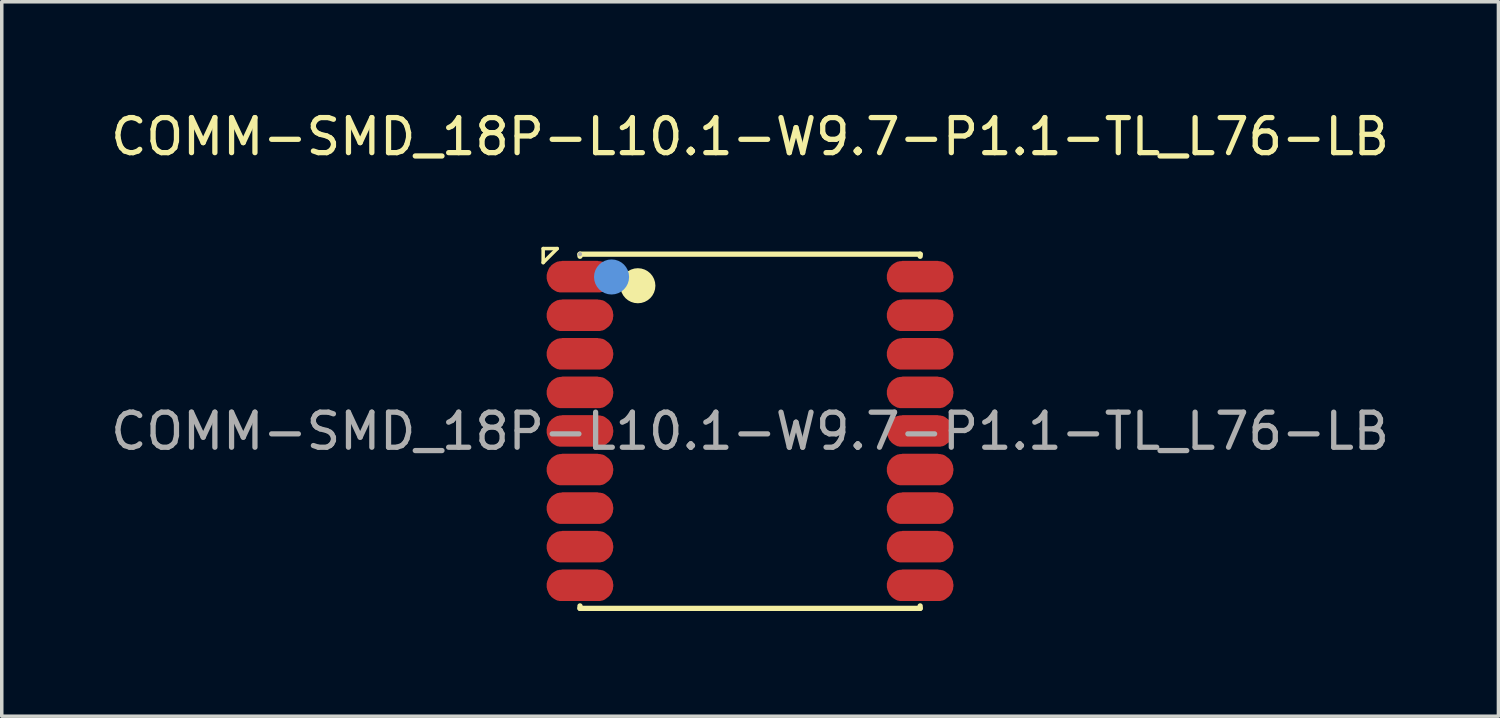
<source format=kicad_pcb>
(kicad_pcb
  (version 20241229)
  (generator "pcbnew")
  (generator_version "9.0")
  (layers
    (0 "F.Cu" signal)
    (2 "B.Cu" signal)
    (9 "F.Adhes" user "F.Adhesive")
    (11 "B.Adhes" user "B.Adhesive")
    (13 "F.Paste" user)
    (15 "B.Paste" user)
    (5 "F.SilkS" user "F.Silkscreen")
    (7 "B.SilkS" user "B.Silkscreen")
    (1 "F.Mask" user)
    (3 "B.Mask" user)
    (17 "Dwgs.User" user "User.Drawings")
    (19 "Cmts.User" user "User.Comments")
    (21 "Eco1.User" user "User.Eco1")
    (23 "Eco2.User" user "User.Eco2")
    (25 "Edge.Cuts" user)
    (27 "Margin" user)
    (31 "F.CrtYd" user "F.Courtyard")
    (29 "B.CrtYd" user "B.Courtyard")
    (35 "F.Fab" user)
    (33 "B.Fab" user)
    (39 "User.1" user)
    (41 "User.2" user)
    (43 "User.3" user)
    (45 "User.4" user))
  (footprint "COMM-SMD_18P-L10.1-W9.7-P1.1-TL_L76-LB"
    (layer "F.Cu")
    (at 18.339 9.248)
    (property "Reference" "COMM-SMD_18P-L10.1-W9.7-P1.1-TL_L76-LB" (at 0 -8.4 0) (layer "F.SilkS") (effects (font (size 1 1) (thickness 0.15))))
    (attr through_hole)
    (fp_line (start -5.9 -5.21) (end -5.9 -4.81) (stroke (width 0.1) (type solid)) (layer "F.SilkS"))
    (fp_line (start -5.9 -4.81) (end -5.5 -5.21) (stroke (width 0.1) (type solid)) (layer "F.SilkS"))
    (fp_line (start -5.5 -5.21) (end -5.9 -5.21) (stroke (width 0.1) (type solid)) (layer "F.SilkS"))
    (fp_line (start -4.85 -5.05) (end 4.85 -5.05) (stroke (width 0.15) (type solid)) (layer "F.SilkS"))
    (fp_line (start -4.85 -4.99) (end -4.85 -5.05) (stroke (width 0.15) (type solid)) (layer "F.SilkS"))
    (fp_line (start -4.85 5.05) (end -4.85 4.98) (stroke (width 0.15) (type solid)) (layer "F.SilkS"))
    (fp_line (start 4.85 -5.05) (end 4.85 -4.99) (stroke (width 0.15) (type solid)) (layer "F.SilkS"))
    (fp_line (start 4.85 4.98) (end 4.85 5.05) (stroke (width 0.15) (type solid)) (layer "F.SilkS"))
    (fp_line (start 4.85 5.05) (end -4.85 5.05) (stroke (width 0.15) (type solid)) (layer "F.SilkS"))
    (fp_circle (center -3.2 -4.15) (end -2.95 -4.15) (stroke (width 0.5) (type solid)) (fill no) (layer "F.SilkS"))
    (fp_circle (center -3.95 -4.4) (end -3.7 -4.4) (stroke (width 0.5) (type solid)) (fill no) (layer "Cmts.User"))
    (fp_circle (center -4.85 -5.05) (end -4.82 -5.05) (stroke (width 0.06) (type solid)) (fill no) (layer "F.Fab"))
    (fp_text user "${REFERENCE}" (at 0 0 0) (layer "F.Fab") (effects (font (size 1 1) (thickness 0.15))))
    (pad "1" smd custom (at -4.85 -4.4) (size 0.01 0.01) (layers "F.Cu" "F.Mask" "F.Paste") (options (anchor circle)) (primitives (gr_poly (pts (xy -0.5 -0.41) (xy -0.53 -0.4) (xy -0.55 -0.4) (xy -0.58 -0.4) (xy -0.6 -0.39) (xy -0.63 -0.39) (xy -0.65 -0.38) (xy -0.67 -0.37) (xy -0.69 -0.36) (xy -0.72 -0.34) (xy -0.74 -0.33) (xy -0.76 -0.31) (xy -0.78 -0.3) (xy -0.79 -0.28) (xy -0.81 -0.26) (xy -0.83 -0.24) (xy -0.84 -0.22) (xy -0.85 -0.2) (xy -0.86 -0.18) (xy -0.87 -0.15) (xy -0.88 -0.13) (xy -0.89 -0.1) (xy -0.89 -0.08) (xy -0.9 -0.06) (xy -0.9 -0.03) (xy -0.9 -0.01) (xy -0.9 0.02) (xy -0.9 0.05) (xy -0.89 0.07) (xy -0.89 0.09) (xy -0.88 0.12) (xy -0.87 0.14) (xy -0.86 0.17) (xy -0.85 0.19) (xy -0.84 0.21) (xy -0.83 0.23) (xy -0.81 0.25) (xy -0.79 0.27) (xy -0.78 0.29) (xy -0.76 0.3) (xy -0.74 0.32) (xy -0.72 0.33) (xy -0.69 0.35) (xy -0.67 0.36) (xy -0.65 0.37) (xy -0.63 0.38) (xy -0.6 0.38) (xy -0.58 0.39) (xy -0.55 0.39) (xy -0.53 0.39) (xy -0.5 0.39) (xy 0.5 0.39) (xy 0.52 0.39) (xy 0.55 0.39) (xy 0.57 0.39) (xy 0.6 0.38) (xy 0.62 0.38) (xy 0.65 0.37) (xy 0.67 0.36) (xy 0.69 0.35) (xy 0.71 0.33) (xy 0.73 0.32) (xy 0.75 0.3) (xy 0.77 0.29) (xy 0.79 0.27) (xy 0.81 0.25) (xy 0.82 0.23) (xy 0.84 0.21) (xy 0.85 0.19) (xy 0.86 0.17) (xy 0.87 0.14) (xy 0.88 0.12) (xy 0.89 0.09) (xy 0.89 0.07) (xy 0.89 0.05) (xy 0.9 0.02) (xy 0.9 -0.01) (xy 0.9 -0.03) (xy 0.89 -0.06) (xy 0.89 -0.08) (xy 0.89 -0.1) (xy 0.88 -0.13) (xy 0.87 -0.15) (xy 0.86 -0.18) (xy 0.85 -0.2) (xy 0.84 -0.22) (xy 0.82 -0.24) (xy 0.81 -0.26) (xy 0.79 -0.28) (xy 0.77 -0.3) (xy 0.75 -0.31) (xy 0.73 -0.33) (xy 0.71 -0.34) (xy 0.69 -0.36) (xy 0.67 -0.37) (xy 0.65 -0.38) (xy 0.62 -0.39) (xy 0.6 -0.39) (xy 0.57 -0.4) (xy 0.55 -0.4) (xy 0.52 -0.4) (xy 0.5 -0.41)) (width 0.1) (fill yes))))
    (pad "2" smd custom (at -4.85 -3.3) (size 0.01 0.01) (layers "F.Cu" "F.Mask" "F.Paste") (options (anchor circle)) (primitives (gr_poly (pts (xy -0.5 -0.41) (xy -0.53 -0.4) (xy -0.55 -0.4) (xy -0.58 -0.4) (xy -0.6 -0.39) (xy -0.63 -0.39) (xy -0.65 -0.38) (xy -0.67 -0.37) (xy -0.69 -0.36) (xy -0.72 -0.34) (xy -0.74 -0.33) (xy -0.76 -0.31) (xy -0.78 -0.3) (xy -0.79 -0.28) (xy -0.81 -0.26) (xy -0.83 -0.24) (xy -0.84 -0.22) (xy -0.85 -0.2) (xy -0.86 -0.18) (xy -0.87 -0.15) (xy -0.88 -0.13) (xy -0.89 -0.1) (xy -0.89 -0.08) (xy -0.9 -0.06) (xy -0.9 -0.03) (xy -0.9 -0.01) (xy -0.9 0.02) (xy -0.9 0.05) (xy -0.89 0.07) (xy -0.89 0.09) (xy -0.88 0.12) (xy -0.87 0.14) (xy -0.86 0.17) (xy -0.85 0.19) (xy -0.84 0.21) (xy -0.83 0.23) (xy -0.81 0.25) (xy -0.79 0.27) (xy -0.78 0.29) (xy -0.76 0.3) (xy -0.74 0.32) (xy -0.72 0.33) (xy -0.69 0.35) (xy -0.67 0.36) (xy -0.65 0.37) (xy -0.63 0.38) (xy -0.6 0.38) (xy -0.58 0.39) (xy -0.55 0.39) (xy -0.53 0.39) (xy -0.5 0.39) (xy 0.5 0.39) (xy 0.52 0.39) (xy 0.55 0.39) (xy 0.57 0.39) (xy 0.6 0.38) (xy 0.62 0.38) (xy 0.65 0.37) (xy 0.67 0.36) (xy 0.69 0.35) (xy 0.71 0.33) (xy 0.73 0.32) (xy 0.75 0.3) (xy 0.77 0.29) (xy 0.79 0.27) (xy 0.81 0.25) (xy 0.82 0.23) (xy 0.84 0.21) (xy 0.85 0.19) (xy 0.86 0.17) (xy 0.87 0.14) (xy 0.88 0.12) (xy 0.89 0.09) (xy 0.89 0.07) (xy 0.89 0.05) (xy 0.9 0.02) (xy 0.9 -0.01) (xy 0.9 -0.03) (xy 0.89 -0.06) (xy 0.89 -0.08) (xy 0.89 -0.1) (xy 0.88 -0.13) (xy 0.87 -0.15) (xy 0.86 -0.18) (xy 0.85 -0.2) (xy 0.84 -0.22) (xy 0.82 -0.24) (xy 0.81 -0.26) (xy 0.79 -0.28) (xy 0.77 -0.3) (xy 0.75 -0.31) (xy 0.73 -0.33) (xy 0.71 -0.34) (xy 0.69 -0.36) (xy 0.67 -0.37) (xy 0.65 -0.38) (xy 0.62 -0.39) (xy 0.6 -0.39) (xy 0.57 -0.4) (xy 0.55 -0.4) (xy 0.52 -0.4) (xy 0.5 -0.41)) (width 0.1) (fill yes))))
    (pad "3" smd custom (at -4.85 -2.2) (size 0.01 0.01) (layers "F.Cu" "F.Mask" "F.Paste") (options (anchor circle)) (primitives (gr_poly (pts (xy -0.5 -0.41) (xy -0.53 -0.4) (xy -0.55 -0.4) (xy -0.58 -0.4) (xy -0.6 -0.39) (xy -0.63 -0.39) (xy -0.65 -0.38) (xy -0.67 -0.37) (xy -0.69 -0.36) (xy -0.72 -0.34) (xy -0.74 -0.33) (xy -0.76 -0.31) (xy -0.78 -0.3) (xy -0.79 -0.28) (xy -0.81 -0.26) (xy -0.83 -0.24) (xy -0.84 -0.22) (xy -0.85 -0.2) (xy -0.86 -0.18) (xy -0.87 -0.15) (xy -0.88 -0.13) (xy -0.89 -0.1) (xy -0.89 -0.08) (xy -0.9 -0.06) (xy -0.9 -0.03) (xy -0.9 -0.01) (xy -0.9 0.02) (xy -0.9 0.05) (xy -0.89 0.07) (xy -0.89 0.09) (xy -0.88 0.12) (xy -0.87 0.14) (xy -0.86 0.17) (xy -0.85 0.19) (xy -0.84 0.21) (xy -0.83 0.23) (xy -0.81 0.25) (xy -0.79 0.27) (xy -0.78 0.29) (xy -0.76 0.3) (xy -0.74 0.32) (xy -0.72 0.33) (xy -0.69 0.35) (xy -0.67 0.36) (xy -0.65 0.37) (xy -0.63 0.38) (xy -0.6 0.38) (xy -0.58 0.39) (xy -0.55 0.39) (xy -0.53 0.39) (xy -0.5 0.39) (xy 0.5 0.39) (xy 0.52 0.39) (xy 0.55 0.39) (xy 0.57 0.39) (xy 0.6 0.38) (xy 0.62 0.38) (xy 0.65 0.37) (xy 0.67 0.36) (xy 0.69 0.35) (xy 0.71 0.33) (xy 0.73 0.32) (xy 0.75 0.3) (xy 0.77 0.29) (xy 0.79 0.27) (xy 0.81 0.25) (xy 0.82 0.23) (xy 0.84 0.21) (xy 0.85 0.19) (xy 0.86 0.17) (xy 0.87 0.14) (xy 0.88 0.12) (xy 0.89 0.09) (xy 0.89 0.07) (xy 0.89 0.05) (xy 0.9 0.02) (xy 0.9 -0.01) (xy 0.9 -0.03) (xy 0.89 -0.06) (xy 0.89 -0.08) (xy 0.89 -0.1) (xy 0.88 -0.13) (xy 0.87 -0.15) (xy 0.86 -0.18) (xy 0.85 -0.2) (xy 0.84 -0.22) (xy 0.82 -0.24) (xy 0.81 -0.26) (xy 0.79 -0.28) (xy 0.77 -0.3) (xy 0.75 -0.31) (xy 0.73 -0.33) (xy 0.71 -0.34) (xy 0.69 -0.36) (xy 0.67 -0.37) (xy 0.65 -0.38) (xy 0.62 -0.39) (xy 0.6 -0.39) (xy 0.57 -0.4) (xy 0.55 -0.4) (xy 0.52 -0.4) (xy 0.5 -0.41)) (width 0.1) (fill yes))))
    (pad "4" smd custom (at -4.85 -1.1) (size 0.01 0.01) (layers "F.Cu" "F.Mask" "F.Paste") (options (anchor circle)) (primitives (gr_poly (pts (xy -0.5 -0.41) (xy -0.53 -0.4) (xy -0.55 -0.4) (xy -0.58 -0.4) (xy -0.6 -0.39) (xy -0.63 -0.39) (xy -0.65 -0.38) (xy -0.67 -0.37) (xy -0.69 -0.36) (xy -0.72 -0.34) (xy -0.74 -0.33) (xy -0.76 -0.31) (xy -0.78 -0.3) (xy -0.79 -0.28) (xy -0.81 -0.26) (xy -0.83 -0.24) (xy -0.84 -0.22) (xy -0.85 -0.2) (xy -0.86 -0.18) (xy -0.87 -0.15) (xy -0.88 -0.13) (xy -0.89 -0.1) (xy -0.89 -0.08) (xy -0.9 -0.06) (xy -0.9 -0.03) (xy -0.9 -0.01) (xy -0.9 0.02) (xy -0.9 0.05) (xy -0.89 0.07) (xy -0.89 0.09) (xy -0.88 0.12) (xy -0.87 0.14) (xy -0.86 0.17) (xy -0.85 0.19) (xy -0.84 0.21) (xy -0.83 0.23) (xy -0.81 0.25) (xy -0.79 0.27) (xy -0.78 0.29) (xy -0.76 0.3) (xy -0.74 0.32) (xy -0.72 0.33) (xy -0.69 0.35) (xy -0.67 0.36) (xy -0.65 0.37) (xy -0.63 0.38) (xy -0.6 0.38) (xy -0.58 0.39) (xy -0.55 0.39) (xy -0.53 0.39) (xy -0.5 0.39) (xy 0.5 0.39) (xy 0.52 0.39) (xy 0.55 0.39) (xy 0.57 0.39) (xy 0.6 0.38) (xy 0.62 0.38) (xy 0.65 0.37) (xy 0.67 0.36) (xy 0.69 0.35) (xy 0.71 0.33) (xy 0.73 0.32) (xy 0.75 0.3) (xy 0.77 0.29) (xy 0.79 0.27) (xy 0.81 0.25) (xy 0.82 0.23) (xy 0.84 0.21) (xy 0.85 0.19) (xy 0.86 0.17) (xy 0.87 0.14) (xy 0.88 0.12) (xy 0.89 0.09) (xy 0.89 0.07) (xy 0.89 0.05) (xy 0.9 0.02) (xy 0.9 -0.01) (xy 0.9 -0.03) (xy 0.89 -0.06) (xy 0.89 -0.08) (xy 0.89 -0.1) (xy 0.88 -0.13) (xy 0.87 -0.15) (xy 0.86 -0.18) (xy 0.85 -0.2) (xy 0.84 -0.22) (xy 0.82 -0.24) (xy 0.81 -0.26) (xy 0.79 -0.28) (xy 0.77 -0.3) (xy 0.75 -0.31) (xy 0.73 -0.33) (xy 0.71 -0.34) (xy 0.69 -0.36) (xy 0.67 -0.37) (xy 0.65 -0.38) (xy 0.62 -0.39) (xy 0.6 -0.39) (xy 0.57 -0.4) (xy 0.55 -0.4) (xy 0.52 -0.4) (xy 0.5 -0.41)) (width 0.1) (fill yes))))
    (pad "5" smd custom (at -4.85 0) (size 0.01 0.01) (layers "F.Cu" "F.Mask" "F.Paste") (options (anchor circle)) (primitives (gr_poly (pts (xy -0.5 -0.41) (xy -0.53 -0.4) (xy -0.55 -0.4) (xy -0.58 -0.4) (xy -0.6 -0.39) (xy -0.63 -0.39) (xy -0.65 -0.38) (xy -0.67 -0.37) (xy -0.69 -0.36) (xy -0.72 -0.34) (xy -0.74 -0.33) (xy -0.76 -0.31) (xy -0.78 -0.3) (xy -0.79 -0.28) (xy -0.81 -0.26) (xy -0.83 -0.24) (xy -0.84 -0.22) (xy -0.85 -0.2) (xy -0.86 -0.18) (xy -0.87 -0.15) (xy -0.88 -0.13) (xy -0.89 -0.1) (xy -0.89 -0.08) (xy -0.9 -0.06) (xy -0.9 -0.03) (xy -0.9 -0.01) (xy -0.9 0.02) (xy -0.9 0.05) (xy -0.89 0.07) (xy -0.89 0.09) (xy -0.88 0.12) (xy -0.87 0.14) (xy -0.86 0.17) (xy -0.85 0.19) (xy -0.84 0.21) (xy -0.83 0.23) (xy -0.81 0.25) (xy -0.79 0.27) (xy -0.78 0.29) (xy -0.76 0.3) (xy -0.74 0.32) (xy -0.72 0.33) (xy -0.69 0.35) (xy -0.67 0.36) (xy -0.65 0.37) (xy -0.63 0.38) (xy -0.6 0.38) (xy -0.58 0.39) (xy -0.55 0.39) (xy -0.53 0.39) (xy -0.5 0.39) (xy 0.5 0.39) (xy 0.52 0.39) (xy 0.55 0.39) (xy 0.57 0.39) (xy 0.6 0.38) (xy 0.62 0.38) (xy 0.65 0.37) (xy 0.67 0.36) (xy 0.69 0.35) (xy 0.71 0.33) (xy 0.73 0.32) (xy 0.75 0.3) (xy 0.77 0.29) (xy 0.79 0.27) (xy 0.81 0.25) (xy 0.82 0.23) (xy 0.84 0.21) (xy 0.85 0.19) (xy 0.86 0.17) (xy 0.87 0.14) (xy 0.88 0.12) (xy 0.89 0.09) (xy 0.89 0.07) (xy 0.89 0.05) (xy 0.9 0.02) (xy 0.9 -0.01) (xy 0.9 -0.03) (xy 0.89 -0.06) (xy 0.89 -0.08) (xy 0.89 -0.1) (xy 0.88 -0.13) (xy 0.87 -0.15) (xy 0.86 -0.18) (xy 0.85 -0.2) (xy 0.84 -0.22) (xy 0.82 -0.24) (xy 0.81 -0.26) (xy 0.79 -0.28) (xy 0.77 -0.3) (xy 0.75 -0.31) (xy 0.73 -0.33) (xy 0.71 -0.34) (xy 0.69 -0.36) (xy 0.67 -0.37) (xy 0.65 -0.38) (xy 0.62 -0.39) (xy 0.6 -0.39) (xy 0.57 -0.4) (xy 0.55 -0.4) (xy 0.52 -0.4) (xy 0.5 -0.41)) (width 0.1) (fill yes))))
    (pad "6" smd custom (at -4.85 1.1) (size 0.01 0.01) (layers "F.Cu" "F.Mask" "F.Paste") (options (anchor circle)) (primitives (gr_poly (pts (xy -0.5 -0.41) (xy -0.53 -0.4) (xy -0.55 -0.4) (xy -0.58 -0.4) (xy -0.6 -0.39) (xy -0.63 -0.39) (xy -0.65 -0.38) (xy -0.67 -0.37) (xy -0.69 -0.36) (xy -0.72 -0.34) (xy -0.74 -0.33) (xy -0.76 -0.31) (xy -0.78 -0.3) (xy -0.79 -0.28) (xy -0.81 -0.26) (xy -0.83 -0.24) (xy -0.84 -0.22) (xy -0.85 -0.2) (xy -0.86 -0.18) (xy -0.87 -0.15) (xy -0.88 -0.13) (xy -0.89 -0.1) (xy -0.89 -0.08) (xy -0.9 -0.06) (xy -0.9 -0.03) (xy -0.9 -0.01) (xy -0.9 0.02) (xy -0.9 0.05) (xy -0.89 0.07) (xy -0.89 0.09) (xy -0.88 0.12) (xy -0.87 0.14) (xy -0.86 0.17) (xy -0.85 0.19) (xy -0.84 0.21) (xy -0.83 0.23) (xy -0.81 0.25) (xy -0.79 0.27) (xy -0.78 0.29) (xy -0.76 0.3) (xy -0.74 0.32) (xy -0.72 0.33) (xy -0.69 0.35) (xy -0.67 0.36) (xy -0.65 0.37) (xy -0.63 0.38) (xy -0.6 0.38) (xy -0.58 0.39) (xy -0.55 0.39) (xy -0.53 0.39) (xy -0.5 0.39) (xy 0.5 0.39) (xy 0.52 0.39) (xy 0.55 0.39) (xy 0.57 0.39) (xy 0.6 0.38) (xy 0.62 0.38) (xy 0.65 0.37) (xy 0.67 0.36) (xy 0.69 0.35) (xy 0.71 0.33) (xy 0.73 0.32) (xy 0.75 0.3) (xy 0.77 0.29) (xy 0.79 0.27) (xy 0.81 0.25) (xy 0.82 0.23) (xy 0.84 0.21) (xy 0.85 0.19) (xy 0.86 0.17) (xy 0.87 0.14) (xy 0.88 0.12) (xy 0.89 0.09) (xy 0.89 0.07) (xy 0.89 0.05) (xy 0.9 0.02) (xy 0.9 -0.01) (xy 0.9 -0.03) (xy 0.89 -0.06) (xy 0.89 -0.08) (xy 0.89 -0.1) (xy 0.88 -0.13) (xy 0.87 -0.15) (xy 0.86 -0.18) (xy 0.85 -0.2) (xy 0.84 -0.22) (xy 0.82 -0.24) (xy 0.81 -0.26) (xy 0.79 -0.28) (xy 0.77 -0.3) (xy 0.75 -0.31) (xy 0.73 -0.33) (xy 0.71 -0.34) (xy 0.69 -0.36) (xy 0.67 -0.37) (xy 0.65 -0.38) (xy 0.62 -0.39) (xy 0.6 -0.39) (xy 0.57 -0.4) (xy 0.55 -0.4) (xy 0.52 -0.4) (xy 0.5 -0.41)) (width 0.1) (fill yes))))
    (pad "7" smd custom (at -4.85 2.2) (size 0.01 0.01) (layers "F.Cu" "F.Mask" "F.Paste") (options (anchor circle)) (primitives (gr_poly (pts (xy -0.5 -0.41) (xy -0.53 -0.4) (xy -0.55 -0.4) (xy -0.58 -0.4) (xy -0.6 -0.39) (xy -0.63 -0.39) (xy -0.65 -0.38) (xy -0.67 -0.37) (xy -0.69 -0.36) (xy -0.72 -0.34) (xy -0.74 -0.33) (xy -0.76 -0.31) (xy -0.78 -0.3) (xy -0.79 -0.28) (xy -0.81 -0.26) (xy -0.83 -0.24) (xy -0.84 -0.22) (xy -0.85 -0.2) (xy -0.86 -0.18) (xy -0.87 -0.15) (xy -0.88 -0.13) (xy -0.89 -0.1) (xy -0.89 -0.08) (xy -0.9 -0.06) (xy -0.9 -0.03) (xy -0.9 -0.01) (xy -0.9 0.02) (xy -0.9 0.05) (xy -0.89 0.07) (xy -0.89 0.09) (xy -0.88 0.12) (xy -0.87 0.14) (xy -0.86 0.17) (xy -0.85 0.19) (xy -0.84 0.21) (xy -0.83 0.23) (xy -0.81 0.25) (xy -0.79 0.27) (xy -0.78 0.29) (xy -0.76 0.3) (xy -0.74 0.32) (xy -0.72 0.33) (xy -0.69 0.35) (xy -0.67 0.36) (xy -0.65 0.37) (xy -0.63 0.38) (xy -0.6 0.38) (xy -0.58 0.39) (xy -0.55 0.39) (xy -0.53 0.39) (xy -0.5 0.39) (xy 0.5 0.39) (xy 0.52 0.39) (xy 0.55 0.39) (xy 0.57 0.39) (xy 0.6 0.38) (xy 0.62 0.38) (xy 0.65 0.37) (xy 0.67 0.36) (xy 0.69 0.35) (xy 0.71 0.33) (xy 0.73 0.32) (xy 0.75 0.3) (xy 0.77 0.29) (xy 0.79 0.27) (xy 0.81 0.25) (xy 0.82 0.23) (xy 0.84 0.21) (xy 0.85 0.19) (xy 0.86 0.17) (xy 0.87 0.14) (xy 0.88 0.12) (xy 0.89 0.09) (xy 0.89 0.07) (xy 0.89 0.05) (xy 0.9 0.02) (xy 0.9 -0.01) (xy 0.9 -0.03) (xy 0.89 -0.06) (xy 0.89 -0.08) (xy 0.89 -0.1) (xy 0.88 -0.13) (xy 0.87 -0.15) (xy 0.86 -0.18) (xy 0.85 -0.2) (xy 0.84 -0.22) (xy 0.82 -0.24) (xy 0.81 -0.26) (xy 0.79 -0.28) (xy 0.77 -0.3) (xy 0.75 -0.31) (xy 0.73 -0.33) (xy 0.71 -0.34) (xy 0.69 -0.36) (xy 0.67 -0.37) (xy 0.65 -0.38) (xy 0.62 -0.39) (xy 0.6 -0.39) (xy 0.57 -0.4) (xy 0.55 -0.4) (xy 0.52 -0.4) (xy 0.5 -0.41)) (width 0.1) (fill yes))))
    (pad "8" smd custom (at -4.85 3.3) (size 0.01 0.01) (layers "F.Cu" "F.Mask" "F.Paste") (options (anchor circle)) (primitives (gr_poly (pts (xy -0.5 -0.41) (xy -0.53 -0.4) (xy -0.55 -0.4) (xy -0.58 -0.4) (xy -0.6 -0.39) (xy -0.63 -0.39) (xy -0.65 -0.38) (xy -0.67 -0.37) (xy -0.69 -0.36) (xy -0.72 -0.34) (xy -0.74 -0.33) (xy -0.76 -0.31) (xy -0.78 -0.3) (xy -0.79 -0.28) (xy -0.81 -0.26) (xy -0.83 -0.24) (xy -0.84 -0.22) (xy -0.85 -0.2) (xy -0.86 -0.18) (xy -0.87 -0.15) (xy -0.88 -0.13) (xy -0.89 -0.1) (xy -0.89 -0.08) (xy -0.9 -0.06) (xy -0.9 -0.03) (xy -0.9 -0.01) (xy -0.9 0.02) (xy -0.9 0.05) (xy -0.89 0.07) (xy -0.89 0.09) (xy -0.88 0.12) (xy -0.87 0.14) (xy -0.86 0.17) (xy -0.85 0.19) (xy -0.84 0.21) (xy -0.83 0.23) (xy -0.81 0.25) (xy -0.79 0.27) (xy -0.78 0.29) (xy -0.76 0.3) (xy -0.74 0.32) (xy -0.72 0.33) (xy -0.69 0.35) (xy -0.67 0.36) (xy -0.65 0.37) (xy -0.63 0.38) (xy -0.6 0.38) (xy -0.58 0.39) (xy -0.55 0.39) (xy -0.53 0.39) (xy -0.5 0.39) (xy 0.5 0.39) (xy 0.52 0.39) (xy 0.55 0.39) (xy 0.57 0.39) (xy 0.6 0.38) (xy 0.62 0.38) (xy 0.65 0.37) (xy 0.67 0.36) (xy 0.69 0.35) (xy 0.71 0.33) (xy 0.73 0.32) (xy 0.75 0.3) (xy 0.77 0.29) (xy 0.79 0.27) (xy 0.81 0.25) (xy 0.82 0.23) (xy 0.84 0.21) (xy 0.85 0.19) (xy 0.86 0.17) (xy 0.87 0.14) (xy 0.88 0.12) (xy 0.89 0.09) (xy 0.89 0.07) (xy 0.89 0.05) (xy 0.9 0.02) (xy 0.9 -0.01) (xy 0.9 -0.03) (xy 0.89 -0.06) (xy 0.89 -0.08) (xy 0.89 -0.1) (xy 0.88 -0.13) (xy 0.87 -0.15) (xy 0.86 -0.18) (xy 0.85 -0.2) (xy 0.84 -0.22) (xy 0.82 -0.24) (xy 0.81 -0.26) (xy 0.79 -0.28) (xy 0.77 -0.3) (xy 0.75 -0.31) (xy 0.73 -0.33) (xy 0.71 -0.34) (xy 0.69 -0.36) (xy 0.67 -0.37) (xy 0.65 -0.38) (xy 0.62 -0.39) (xy 0.6 -0.39) (xy 0.57 -0.4) (xy 0.55 -0.4) (xy 0.52 -0.4) (xy 0.5 -0.41)) (width 0.1) (fill yes))))
    (pad "9" smd custom (at -4.85 4.4) (size 0.01 0.01) (layers "F.Cu" "F.Mask" "F.Paste") (options (anchor circle)) (primitives (gr_poly (pts (xy -0.5 -0.41) (xy -0.53 -0.4) (xy -0.55 -0.4) (xy -0.58 -0.4) (xy -0.6 -0.39) (xy -0.63 -0.39) (xy -0.65 -0.38) (xy -0.67 -0.37) (xy -0.69 -0.36) (xy -0.72 -0.34) (xy -0.74 -0.33) (xy -0.76 -0.31) (xy -0.78 -0.3) (xy -0.79 -0.28) (xy -0.81 -0.26) (xy -0.83 -0.24) (xy -0.84 -0.22) (xy -0.85 -0.2) (xy -0.86 -0.18) (xy -0.87 -0.15) (xy -0.88 -0.13) (xy -0.89 -0.1) (xy -0.89 -0.08) (xy -0.9 -0.06) (xy -0.9 -0.03) (xy -0.9 -0.01) (xy -0.9 0.02) (xy -0.9 0.05) (xy -0.89 0.07) (xy -0.89 0.09) (xy -0.88 0.12) (xy -0.87 0.14) (xy -0.86 0.17) (xy -0.85 0.19) (xy -0.84 0.21) (xy -0.83 0.23) (xy -0.81 0.25) (xy -0.79 0.27) (xy -0.78 0.29) (xy -0.76 0.3) (xy -0.74 0.32) (xy -0.72 0.33) (xy -0.69 0.35) (xy -0.67 0.36) (xy -0.65 0.37) (xy -0.63 0.38) (xy -0.6 0.38) (xy -0.58 0.39) (xy -0.55 0.39) (xy -0.53 0.39) (xy -0.5 0.39) (xy 0.5 0.39) (xy 0.52 0.39) (xy 0.55 0.39) (xy 0.57 0.39) (xy 0.6 0.38) (xy 0.62 0.38) (xy 0.65 0.37) (xy 0.67 0.36) (xy 0.69 0.35) (xy 0.71 0.33) (xy 0.73 0.32) (xy 0.75 0.3) (xy 0.77 0.29) (xy 0.79 0.27) (xy 0.81 0.25) (xy 0.82 0.23) (xy 0.84 0.21) (xy 0.85 0.19) (xy 0.86 0.17) (xy 0.87 0.14) (xy 0.88 0.12) (xy 0.89 0.09) (xy 0.89 0.07) (xy 0.89 0.05) (xy 0.9 0.02) (xy 0.9 -0.01) (xy 0.9 -0.03) (xy 0.89 -0.06) (xy 0.89 -0.08) (xy 0.89 -0.1) (xy 0.88 -0.13) (xy 0.87 -0.15) (xy 0.86 -0.18) (xy 0.85 -0.2) (xy 0.84 -0.22) (xy 0.82 -0.24) (xy 0.81 -0.26) (xy 0.79 -0.28) (xy 0.77 -0.3) (xy 0.75 -0.31) (xy 0.73 -0.33) (xy 0.71 -0.34) (xy 0.69 -0.36) (xy 0.67 -0.37) (xy 0.65 -0.38) (xy 0.62 -0.39) (xy 0.6 -0.39) (xy 0.57 -0.4) (xy 0.55 -0.4) (xy 0.52 -0.4) (xy 0.5 -0.41)) (width 0.1) (fill yes))))
    (pad "10" smd custom (at 4.85 4.4) (size 0.01 0.01) (layers "F.Cu" "F.Mask" "F.Paste") (options (anchor circle)) (primitives (gr_poly (pts (xy -0.5 -0.41) (xy -0.53 -0.4) (xy -0.55 -0.4) (xy -0.58 -0.4) (xy -0.6 -0.39) (xy -0.63 -0.39) (xy -0.65 -0.38) (xy -0.67 -0.37) (xy -0.69 -0.36) (xy -0.72 -0.34) (xy -0.74 -0.33) (xy -0.76 -0.31) (xy -0.78 -0.3) (xy -0.79 -0.28) (xy -0.81 -0.26) (xy -0.83 -0.24) (xy -0.84 -0.22) (xy -0.85 -0.2) (xy -0.86 -0.18) (xy -0.87 -0.15) (xy -0.88 -0.13) (xy -0.89 -0.1) (xy -0.89 -0.08) (xy -0.9 -0.06) (xy -0.9 -0.03) (xy -0.9 -0.01) (xy -0.9 0.02) (xy -0.9 0.05) (xy -0.89 0.07) (xy -0.89 0.09) (xy -0.88 0.12) (xy -0.87 0.14) (xy -0.86 0.17) (xy -0.85 0.19) (xy -0.84 0.21) (xy -0.83 0.23) (xy -0.81 0.25) (xy -0.79 0.27) (xy -0.78 0.29) (xy -0.76 0.3) (xy -0.74 0.32) (xy -0.72 0.33) (xy -0.69 0.35) (xy -0.67 0.36) (xy -0.65 0.37) (xy -0.63 0.38) (xy -0.6 0.38) (xy -0.58 0.39) (xy -0.55 0.39) (xy -0.53 0.39) (xy -0.5 0.39) (xy 0.5 0.39) (xy 0.52 0.39) (xy 0.55 0.39) (xy 0.57 0.39) (xy 0.6 0.38) (xy 0.62 0.38) (xy 0.65 0.37) (xy 0.67 0.36) (xy 0.69 0.35) (xy 0.71 0.33) (xy 0.73 0.32) (xy 0.75 0.3) (xy 0.77 0.29) (xy 0.79 0.27) (xy 0.81 0.25) (xy 0.82 0.23) (xy 0.84 0.21) (xy 0.85 0.19) (xy 0.86 0.17) (xy 0.87 0.14) (xy 0.88 0.12) (xy 0.89 0.09) (xy 0.89 0.07) (xy 0.89 0.05) (xy 0.9 0.02) (xy 0.9 -0.01) (xy 0.9 -0.03) (xy 0.89 -0.06) (xy 0.89 -0.08) (xy 0.89 -0.1) (xy 0.88 -0.13) (xy 0.87 -0.15) (xy 0.86 -0.18) (xy 0.85 -0.2) (xy 0.84 -0.22) (xy 0.82 -0.24) (xy 0.81 -0.26) (xy 0.79 -0.28) (xy 0.77 -0.3) (xy 0.75 -0.31) (xy 0.73 -0.33) (xy 0.71 -0.34) (xy 0.69 -0.36) (xy 0.67 -0.37) (xy 0.65 -0.38) (xy 0.62 -0.39) (xy 0.6 -0.39) (xy 0.57 -0.4) (xy 0.55 -0.4) (xy 0.52 -0.4) (xy 0.5 -0.41)) (width 0.1) (fill yes))))
    (pad "11" smd custom (at 4.85 3.3) (size 0.01 0.01) (layers "F.Cu" "F.Mask" "F.Paste") (options (anchor circle)) (primitives (gr_poly (pts (xy -0.5 -0.41) (xy -0.53 -0.4) (xy -0.55 -0.4) (xy -0.58 -0.4) (xy -0.6 -0.39) (xy -0.63 -0.39) (xy -0.65 -0.38) (xy -0.67 -0.37) (xy -0.69 -0.36) (xy -0.72 -0.34) (xy -0.74 -0.33) (xy -0.76 -0.31) (xy -0.78 -0.3) (xy -0.79 -0.28) (xy -0.81 -0.26) (xy -0.83 -0.24) (xy -0.84 -0.22) (xy -0.85 -0.2) (xy -0.86 -0.18) (xy -0.87 -0.15) (xy -0.88 -0.13) (xy -0.89 -0.1) (xy -0.89 -0.08) (xy -0.9 -0.06) (xy -0.9 -0.03) (xy -0.9 -0.01) (xy -0.9 0.02) (xy -0.9 0.05) (xy -0.89 0.07) (xy -0.89 0.09) (xy -0.88 0.12) (xy -0.87 0.14) (xy -0.86 0.17) (xy -0.85 0.19) (xy -0.84 0.21) (xy -0.83 0.23) (xy -0.81 0.25) (xy -0.79 0.27) (xy -0.78 0.29) (xy -0.76 0.3) (xy -0.74 0.32) (xy -0.72 0.33) (xy -0.69 0.35) (xy -0.67 0.36) (xy -0.65 0.37) (xy -0.63 0.38) (xy -0.6 0.38) (xy -0.58 0.39) (xy -0.55 0.39) (xy -0.53 0.39) (xy -0.5 0.39) (xy 0.5 0.39) (xy 0.52 0.39) (xy 0.55 0.39) (xy 0.57 0.39) (xy 0.6 0.38) (xy 0.62 0.38) (xy 0.65 0.37) (xy 0.67 0.36) (xy 0.69 0.35) (xy 0.71 0.33) (xy 0.73 0.32) (xy 0.75 0.3) (xy 0.77 0.29) (xy 0.79 0.27) (xy 0.81 0.25) (xy 0.82 0.23) (xy 0.84 0.21) (xy 0.85 0.19) (xy 0.86 0.17) (xy 0.87 0.14) (xy 0.88 0.12) (xy 0.89 0.09) (xy 0.89 0.07) (xy 0.89 0.05) (xy 0.9 0.02) (xy 0.9 -0.01) (xy 0.9 -0.03) (xy 0.89 -0.06) (xy 0.89 -0.08) (xy 0.89 -0.1) (xy 0.88 -0.13) (xy 0.87 -0.15) (xy 0.86 -0.18) (xy 0.85 -0.2) (xy 0.84 -0.22) (xy 0.82 -0.24) (xy 0.81 -0.26) (xy 0.79 -0.28) (xy 0.77 -0.3) (xy 0.75 -0.31) (xy 0.73 -0.33) (xy 0.71 -0.34) (xy 0.69 -0.36) (xy 0.67 -0.37) (xy 0.65 -0.38) (xy 0.62 -0.39) (xy 0.6 -0.39) (xy 0.57 -0.4) (xy 0.55 -0.4) (xy 0.52 -0.4) (xy 0.5 -0.41)) (width 0.1) (fill yes))))
    (pad "12" smd custom (at 4.85 2.2) (size 0.01 0.01) (layers "F.Cu" "F.Mask" "F.Paste") (options (anchor circle)) (primitives (gr_poly (pts (xy -0.5 -0.41) (xy -0.53 -0.4) (xy -0.55 -0.4) (xy -0.58 -0.4) (xy -0.6 -0.39) (xy -0.63 -0.39) (xy -0.65 -0.38) (xy -0.67 -0.37) (xy -0.69 -0.36) (xy -0.72 -0.34) (xy -0.74 -0.33) (xy -0.76 -0.31) (xy -0.78 -0.3) (xy -0.79 -0.28) (xy -0.81 -0.26) (xy -0.83 -0.24) (xy -0.84 -0.22) (xy -0.85 -0.2) (xy -0.86 -0.18) (xy -0.87 -0.15) (xy -0.88 -0.13) (xy -0.89 -0.1) (xy -0.89 -0.08) (xy -0.9 -0.06) (xy -0.9 -0.03) (xy -0.9 -0.01) (xy -0.9 0.02) (xy -0.9 0.05) (xy -0.89 0.07) (xy -0.89 0.09) (xy -0.88 0.12) (xy -0.87 0.14) (xy -0.86 0.17) (xy -0.85 0.19) (xy -0.84 0.21) (xy -0.83 0.23) (xy -0.81 0.25) (xy -0.79 0.27) (xy -0.78 0.29) (xy -0.76 0.3) (xy -0.74 0.32) (xy -0.72 0.33) (xy -0.69 0.35) (xy -0.67 0.36) (xy -0.65 0.37) (xy -0.63 0.38) (xy -0.6 0.38) (xy -0.58 0.39) (xy -0.55 0.39) (xy -0.53 0.39) (xy -0.5 0.39) (xy 0.5 0.39) (xy 0.52 0.39) (xy 0.55 0.39) (xy 0.57 0.39) (xy 0.6 0.38) (xy 0.62 0.38) (xy 0.65 0.37) (xy 0.67 0.36) (xy 0.69 0.35) (xy 0.71 0.33) (xy 0.73 0.32) (xy 0.75 0.3) (xy 0.77 0.29) (xy 0.79 0.27) (xy 0.81 0.25) (xy 0.82 0.23) (xy 0.84 0.21) (xy 0.85 0.19) (xy 0.86 0.17) (xy 0.87 0.14) (xy 0.88 0.12) (xy 0.89 0.09) (xy 0.89 0.07) (xy 0.89 0.05) (xy 0.9 0.02) (xy 0.9 -0.01) (xy 0.9 -0.03) (xy 0.89 -0.06) (xy 0.89 -0.08) (xy 0.89 -0.1) (xy 0.88 -0.13) (xy 0.87 -0.15) (xy 0.86 -0.18) (xy 0.85 -0.2) (xy 0.84 -0.22) (xy 0.82 -0.24) (xy 0.81 -0.26) (xy 0.79 -0.28) (xy 0.77 -0.3) (xy 0.75 -0.31) (xy 0.73 -0.33) (xy 0.71 -0.34) (xy 0.69 -0.36) (xy 0.67 -0.37) (xy 0.65 -0.38) (xy 0.62 -0.39) (xy 0.6 -0.39) (xy 0.57 -0.4) (xy 0.55 -0.4) (xy 0.52 -0.4) (xy 0.5 -0.41)) (width 0.1) (fill yes))))
    (pad "13" smd custom (at 4.85 1.1) (size 0.01 0.01) (layers "F.Cu" "F.Mask" "F.Paste") (options (anchor circle)) (primitives (gr_poly (pts (xy -0.5 -0.41) (xy -0.53 -0.4) (xy -0.55 -0.4) (xy -0.58 -0.4) (xy -0.6 -0.39) (xy -0.63 -0.39) (xy -0.65 -0.38) (xy -0.67 -0.37) (xy -0.69 -0.36) (xy -0.72 -0.34) (xy -0.74 -0.33) (xy -0.76 -0.31) (xy -0.78 -0.3) (xy -0.79 -0.28) (xy -0.81 -0.26) (xy -0.83 -0.24) (xy -0.84 -0.22) (xy -0.85 -0.2) (xy -0.86 -0.18) (xy -0.87 -0.15) (xy -0.88 -0.13) (xy -0.89 -0.1) (xy -0.89 -0.08) (xy -0.9 -0.06) (xy -0.9 -0.03) (xy -0.9 -0.01) (xy -0.9 0.02) (xy -0.9 0.05) (xy -0.89 0.07) (xy -0.89 0.09) (xy -0.88 0.12) (xy -0.87 0.14) (xy -0.86 0.17) (xy -0.85 0.19) (xy -0.84 0.21) (xy -0.83 0.23) (xy -0.81 0.25) (xy -0.79 0.27) (xy -0.78 0.29) (xy -0.76 0.3) (xy -0.74 0.32) (xy -0.72 0.33) (xy -0.69 0.35) (xy -0.67 0.36) (xy -0.65 0.37) (xy -0.63 0.38) (xy -0.6 0.38) (xy -0.58 0.39) (xy -0.55 0.39) (xy -0.53 0.39) (xy -0.5 0.39) (xy 0.5 0.39) (xy 0.52 0.39) (xy 0.55 0.39) (xy 0.57 0.39) (xy 0.6 0.38) (xy 0.62 0.38) (xy 0.65 0.37) (xy 0.67 0.36) (xy 0.69 0.35) (xy 0.71 0.33) (xy 0.73 0.32) (xy 0.75 0.3) (xy 0.77 0.29) (xy 0.79 0.27) (xy 0.81 0.25) (xy 0.82 0.23) (xy 0.84 0.21) (xy 0.85 0.19) (xy 0.86 0.17) (xy 0.87 0.14) (xy 0.88 0.12) (xy 0.89 0.09) (xy 0.89 0.07) (xy 0.89 0.05) (xy 0.9 0.02) (xy 0.9 -0.01) (xy 0.9 -0.03) (xy 0.89 -0.06) (xy 0.89 -0.08) (xy 0.89 -0.1) (xy 0.88 -0.13) (xy 0.87 -0.15) (xy 0.86 -0.18) (xy 0.85 -0.2) (xy 0.84 -0.22) (xy 0.82 -0.24) (xy 0.81 -0.26) (xy 0.79 -0.28) (xy 0.77 -0.3) (xy 0.75 -0.31) (xy 0.73 -0.33) (xy 0.71 -0.34) (xy 0.69 -0.36) (xy 0.67 -0.37) (xy 0.65 -0.38) (xy 0.62 -0.39) (xy 0.6 -0.39) (xy 0.57 -0.4) (xy 0.55 -0.4) (xy 0.52 -0.4) (xy 0.5 -0.41)) (width 0.1) (fill yes))))
    (pad "14" smd custom (at 4.85 0) (size 0.01 0.01) (layers "F.Cu" "F.Mask" "F.Paste") (options (anchor circle)) (primitives (gr_poly (pts (xy -0.5 -0.41) (xy -0.53 -0.4) (xy -0.55 -0.4) (xy -0.58 -0.4) (xy -0.6 -0.39) (xy -0.63 -0.39) (xy -0.65 -0.38) (xy -0.67 -0.37) (xy -0.69 -0.36) (xy -0.72 -0.34) (xy -0.74 -0.33) (xy -0.76 -0.31) (xy -0.78 -0.3) (xy -0.79 -0.28) (xy -0.81 -0.26) (xy -0.83 -0.24) (xy -0.84 -0.22) (xy -0.85 -0.2) (xy -0.86 -0.18) (xy -0.87 -0.15) (xy -0.88 -0.13) (xy -0.89 -0.1) (xy -0.89 -0.08) (xy -0.9 -0.06) (xy -0.9 -0.03) (xy -0.9 -0.01) (xy -0.9 0.02) (xy -0.9 0.05) (xy -0.89 0.07) (xy -0.89 0.09) (xy -0.88 0.12) (xy -0.87 0.14) (xy -0.86 0.17) (xy -0.85 0.19) (xy -0.84 0.21) (xy -0.83 0.23) (xy -0.81 0.25) (xy -0.79 0.27) (xy -0.78 0.29) (xy -0.76 0.3) (xy -0.74 0.32) (xy -0.72 0.33) (xy -0.69 0.35) (xy -0.67 0.36) (xy -0.65 0.37) (xy -0.63 0.38) (xy -0.6 0.38) (xy -0.58 0.39) (xy -0.55 0.39) (xy -0.53 0.39) (xy -0.5 0.39) (xy 0.5 0.39) (xy 0.52 0.39) (xy 0.55 0.39) (xy 0.57 0.39) (xy 0.6 0.38) (xy 0.62 0.38) (xy 0.65 0.37) (xy 0.67 0.36) (xy 0.69 0.35) (xy 0.71 0.33) (xy 0.73 0.32) (xy 0.75 0.3) (xy 0.77 0.29) (xy 0.79 0.27) (xy 0.81 0.25) (xy 0.82 0.23) (xy 0.84 0.21) (xy 0.85 0.19) (xy 0.86 0.17) (xy 0.87 0.14) (xy 0.88 0.12) (xy 0.89 0.09) (xy 0.89 0.07) (xy 0.89 0.05) (xy 0.9 0.02) (xy 0.9 -0.01) (xy 0.9 -0.03) (xy 0.89 -0.06) (xy 0.89 -0.08) (xy 0.89 -0.1) (xy 0.88 -0.13) (xy 0.87 -0.15) (xy 0.86 -0.18) (xy 0.85 -0.2) (xy 0.84 -0.22) (xy 0.82 -0.24) (xy 0.81 -0.26) (xy 0.79 -0.28) (xy 0.77 -0.3) (xy 0.75 -0.31) (xy 0.73 -0.33) (xy 0.71 -0.34) (xy 0.69 -0.36) (xy 0.67 -0.37) (xy 0.65 -0.38) (xy 0.62 -0.39) (xy 0.6 -0.39) (xy 0.57 -0.4) (xy 0.55 -0.4) (xy 0.52 -0.4) (xy 0.5 -0.41)) (width 0.1) (fill yes))))
    (pad "15" smd custom (at 4.85 -1.1) (size 0.01 0.01) (layers "F.Cu" "F.Mask" "F.Paste") (options (anchor circle)) (primitives (gr_poly (pts (xy -0.5 -0.41) (xy -0.53 -0.4) (xy -0.55 -0.4) (xy -0.58 -0.4) (xy -0.6 -0.39) (xy -0.63 -0.39) (xy -0.65 -0.38) (xy -0.67 -0.37) (xy -0.69 -0.36) (xy -0.72 -0.34) (xy -0.74 -0.33) (xy -0.76 -0.31) (xy -0.78 -0.3) (xy -0.79 -0.28) (xy -0.81 -0.26) (xy -0.83 -0.24) (xy -0.84 -0.22) (xy -0.85 -0.2) (xy -0.86 -0.18) (xy -0.87 -0.15) (xy -0.88 -0.13) (xy -0.89 -0.1) (xy -0.89 -0.08) (xy -0.9 -0.06) (xy -0.9 -0.03) (xy -0.9 -0.01) (xy -0.9 0.02) (xy -0.9 0.05) (xy -0.89 0.07) (xy -0.89 0.09) (xy -0.88 0.12) (xy -0.87 0.14) (xy -0.86 0.17) (xy -0.85 0.19) (xy -0.84 0.21) (xy -0.83 0.23) (xy -0.81 0.25) (xy -0.79 0.27) (xy -0.78 0.29) (xy -0.76 0.3) (xy -0.74 0.32) (xy -0.72 0.33) (xy -0.69 0.35) (xy -0.67 0.36) (xy -0.65 0.37) (xy -0.63 0.38) (xy -0.6 0.38) (xy -0.58 0.39) (xy -0.55 0.39) (xy -0.53 0.39) (xy -0.5 0.39) (xy 0.5 0.39) (xy 0.52 0.39) (xy 0.55 0.39) (xy 0.57 0.39) (xy 0.6 0.38) (xy 0.62 0.38) (xy 0.65 0.37) (xy 0.67 0.36) (xy 0.69 0.35) (xy 0.71 0.33) (xy 0.73 0.32) (xy 0.75 0.3) (xy 0.77 0.29) (xy 0.79 0.27) (xy 0.81 0.25) (xy 0.82 0.23) (xy 0.84 0.21) (xy 0.85 0.19) (xy 0.86 0.17) (xy 0.87 0.14) (xy 0.88 0.12) (xy 0.89 0.09) (xy 0.89 0.07) (xy 0.89 0.05) (xy 0.9 0.02) (xy 0.9 -0.01) (xy 0.9 -0.03) (xy 0.89 -0.06) (xy 0.89 -0.08) (xy 0.89 -0.1) (xy 0.88 -0.13) (xy 0.87 -0.15) (xy 0.86 -0.18) (xy 0.85 -0.2) (xy 0.84 -0.22) (xy 0.82 -0.24) (xy 0.81 -0.26) (xy 0.79 -0.28) (xy 0.77 -0.3) (xy 0.75 -0.31) (xy 0.73 -0.33) (xy 0.71 -0.34) (xy 0.69 -0.36) (xy 0.67 -0.37) (xy 0.65 -0.38) (xy 0.62 -0.39) (xy 0.6 -0.39) (xy 0.57 -0.4) (xy 0.55 -0.4) (xy 0.52 -0.4) (xy 0.5 -0.41)) (width 0.1) (fill yes))))
    (pad "16" smd custom (at 4.85 -2.2) (size 0.01 0.01) (layers "F.Cu" "F.Mask" "F.Paste") (options (anchor circle)) (primitives (gr_poly (pts (xy -0.5 -0.41) (xy -0.53 -0.4) (xy -0.55 -0.4) (xy -0.58 -0.4) (xy -0.6 -0.39) (xy -0.63 -0.39) (xy -0.65 -0.38) (xy -0.67 -0.37) (xy -0.69 -0.36) (xy -0.72 -0.34) (xy -0.74 -0.33) (xy -0.76 -0.31) (xy -0.78 -0.3) (xy -0.79 -0.28) (xy -0.81 -0.26) (xy -0.83 -0.24) (xy -0.84 -0.22) (xy -0.85 -0.2) (xy -0.86 -0.18) (xy -0.87 -0.15) (xy -0.88 -0.13) (xy -0.89 -0.1) (xy -0.89 -0.08) (xy -0.9 -0.06) (xy -0.9 -0.03) (xy -0.9 -0.01) (xy -0.9 0.02) (xy -0.9 0.05) (xy -0.89 0.07) (xy -0.89 0.09) (xy -0.88 0.12) (xy -0.87 0.14) (xy -0.86 0.17) (xy -0.85 0.19) (xy -0.84 0.21) (xy -0.83 0.23) (xy -0.81 0.25) (xy -0.79 0.27) (xy -0.78 0.29) (xy -0.76 0.3) (xy -0.74 0.32) (xy -0.72 0.33) (xy -0.69 0.35) (xy -0.67 0.36) (xy -0.65 0.37) (xy -0.63 0.38) (xy -0.6 0.38) (xy -0.58 0.39) (xy -0.55 0.39) (xy -0.53 0.39) (xy -0.5 0.39) (xy 0.5 0.39) (xy 0.52 0.39) (xy 0.55 0.39) (xy 0.57 0.39) (xy 0.6 0.38) (xy 0.62 0.38) (xy 0.65 0.37) (xy 0.67 0.36) (xy 0.69 0.35) (xy 0.71 0.33) (xy 0.73 0.32) (xy 0.75 0.3) (xy 0.77 0.29) (xy 0.79 0.27) (xy 0.81 0.25) (xy 0.82 0.23) (xy 0.84 0.21) (xy 0.85 0.19) (xy 0.86 0.17) (xy 0.87 0.14) (xy 0.88 0.12) (xy 0.89 0.09) (xy 0.89 0.07) (xy 0.89 0.05) (xy 0.9 0.02) (xy 0.9 -0.01) (xy 0.9 -0.03) (xy 0.89 -0.06) (xy 0.89 -0.08) (xy 0.89 -0.1) (xy 0.88 -0.13) (xy 0.87 -0.15) (xy 0.86 -0.18) (xy 0.85 -0.2) (xy 0.84 -0.22) (xy 0.82 -0.24) (xy 0.81 -0.26) (xy 0.79 -0.28) (xy 0.77 -0.3) (xy 0.75 -0.31) (xy 0.73 -0.33) (xy 0.71 -0.34) (xy 0.69 -0.36) (xy 0.67 -0.37) (xy 0.65 -0.38) (xy 0.62 -0.39) (xy 0.6 -0.39) (xy 0.57 -0.4) (xy 0.55 -0.4) (xy 0.52 -0.4) (xy 0.5 -0.41)) (width 0.1) (fill yes))))
    (pad "17" smd custom (at 4.85 -3.3) (size 0.01 0.01) (layers "F.Cu" "F.Mask" "F.Paste") (options (anchor circle)) (primitives (gr_poly (pts (xy -0.5 -0.41) (xy -0.53 -0.4) (xy -0.55 -0.4) (xy -0.58 -0.4) (xy -0.6 -0.39) (xy -0.63 -0.39) (xy -0.65 -0.38) (xy -0.67 -0.37) (xy -0.69 -0.36) (xy -0.72 -0.34) (xy -0.74 -0.33) (xy -0.76 -0.31) (xy -0.78 -0.3) (xy -0.79 -0.28) (xy -0.81 -0.26) (xy -0.83 -0.24) (xy -0.84 -0.22) (xy -0.85 -0.2) (xy -0.86 -0.18) (xy -0.87 -0.15) (xy -0.88 -0.13) (xy -0.89 -0.1) (xy -0.89 -0.08) (xy -0.9 -0.06) (xy -0.9 -0.03) (xy -0.9 -0.01) (xy -0.9 0.02) (xy -0.9 0.05) (xy -0.89 0.07) (xy -0.89 0.09) (xy -0.88 0.12) (xy -0.87 0.14) (xy -0.86 0.17) (xy -0.85 0.19) (xy -0.84 0.21) (xy -0.83 0.23) (xy -0.81 0.25) (xy -0.79 0.27) (xy -0.78 0.29) (xy -0.76 0.3) (xy -0.74 0.32) (xy -0.72 0.33) (xy -0.69 0.35) (xy -0.67 0.36) (xy -0.65 0.37) (xy -0.63 0.38) (xy -0.6 0.38) (xy -0.58 0.39) (xy -0.55 0.39) (xy -0.53 0.39) (xy -0.5 0.39) (xy 0.5 0.39) (xy 0.52 0.39) (xy 0.55 0.39) (xy 0.57 0.39) (xy 0.6 0.38) (xy 0.62 0.38) (xy 0.65 0.37) (xy 0.67 0.36) (xy 0.69 0.35) (xy 0.71 0.33) (xy 0.73 0.32) (xy 0.75 0.3) (xy 0.77 0.29) (xy 0.79 0.27) (xy 0.81 0.25) (xy 0.82 0.23) (xy 0.84 0.21) (xy 0.85 0.19) (xy 0.86 0.17) (xy 0.87 0.14) (xy 0.88 0.12) (xy 0.89 0.09) (xy 0.89 0.07) (xy 0.89 0.05) (xy 0.9 0.02) (xy 0.9 -0.01) (xy 0.9 -0.03) (xy 0.89 -0.06) (xy 0.89 -0.08) (xy 0.89 -0.1) (xy 0.88 -0.13) (xy 0.87 -0.15) (xy 0.86 -0.18) (xy 0.85 -0.2) (xy 0.84 -0.22) (xy 0.82 -0.24) (xy 0.81 -0.26) (xy 0.79 -0.28) (xy 0.77 -0.3) (xy 0.75 -0.31) (xy 0.73 -0.33) (xy 0.71 -0.34) (xy 0.69 -0.36) (xy 0.67 -0.37) (xy 0.65 -0.38) (xy 0.62 -0.39) (xy 0.6 -0.39) (xy 0.57 -0.4) (xy 0.55 -0.4) (xy 0.52 -0.4) (xy 0.5 -0.41)) (width 0.1) (fill yes))))
    (pad "18" smd custom (at 4.85 -4.4) (size 0.01 0.01) (layers "F.Cu" "F.Mask" "F.Paste") (options (anchor circle)) (primitives (gr_poly (pts (xy -0.5 -0.41) (xy -0.53 -0.4) (xy -0.55 -0.4) (xy -0.58 -0.4) (xy -0.6 -0.39) (xy -0.63 -0.39) (xy -0.65 -0.38) (xy -0.67 -0.37) (xy -0.69 -0.36) (xy -0.72 -0.34) (xy -0.74 -0.33) (xy -0.76 -0.31) (xy -0.78 -0.3) (xy -0.79 -0.28) (xy -0.81 -0.26) (xy -0.83 -0.24) (xy -0.84 -0.22) (xy -0.85 -0.2) (xy -0.86 -0.18) (xy -0.87 -0.15) (xy -0.88 -0.13) (xy -0.89 -0.1) (xy -0.89 -0.08) (xy -0.9 -0.06) (xy -0.9 -0.03) (xy -0.9 -0.01) (xy -0.9 0.02) (xy -0.9 0.05) (xy -0.89 0.07) (xy -0.89 0.09) (xy -0.88 0.12) (xy -0.87 0.14) (xy -0.86 0.17) (xy -0.85 0.19) (xy -0.84 0.21) (xy -0.83 0.23) (xy -0.81 0.25) (xy -0.79 0.27) (xy -0.78 0.29) (xy -0.76 0.3) (xy -0.74 0.32) (xy -0.72 0.33) (xy -0.69 0.35) (xy -0.67 0.36) (xy -0.65 0.37) (xy -0.63 0.38) (xy -0.6 0.38) (xy -0.58 0.39) (xy -0.55 0.39) (xy -0.53 0.39) (xy -0.5 0.39) (xy 0.5 0.39) (xy 0.52 0.39) (xy 0.55 0.39) (xy 0.57 0.39) (xy 0.6 0.38) (xy 0.62 0.38) (xy 0.65 0.37) (xy 0.67 0.36) (xy 0.69 0.35) (xy 0.71 0.33) (xy 0.73 0.32) (xy 0.75 0.3) (xy 0.77 0.29) (xy 0.79 0.27) (xy 0.81 0.25) (xy 0.82 0.23) (xy 0.84 0.21) (xy 0.85 0.19) (xy 0.86 0.17) (xy 0.87 0.14) (xy 0.88 0.12) (xy 0.89 0.09) (xy 0.89 0.07) (xy 0.89 0.05) (xy 0.9 0.02) (xy 0.9 -0.01) (xy 0.9 -0.03) (xy 0.89 -0.06) (xy 0.89 -0.08) (xy 0.89 -0.1) (xy 0.88 -0.13) (xy 0.87 -0.15) (xy 0.86 -0.18) (xy 0.85 -0.2) (xy 0.84 -0.22) (xy 0.82 -0.24) (xy 0.81 -0.26) (xy 0.79 -0.28) (xy 0.77 -0.3) (xy 0.75 -0.31) (xy 0.73 -0.33) (xy 0.71 -0.34) (xy 0.69 -0.36) (xy 0.67 -0.37) (xy 0.65 -0.38) (xy 0.62 -0.39) (xy 0.6 -0.39) (xy 0.57 -0.4) (xy 0.55 -0.4) (xy 0.52 -0.4) (xy 0.5 -0.41)) (width 0.1) (fill yes)))))
  (gr_rect
    (start -3 -3)
    (end 39.679 17.373)
    (stroke (width 0.1) (type default))
    (fill no)
    (layer "Edge.Cuts")))
</source>
